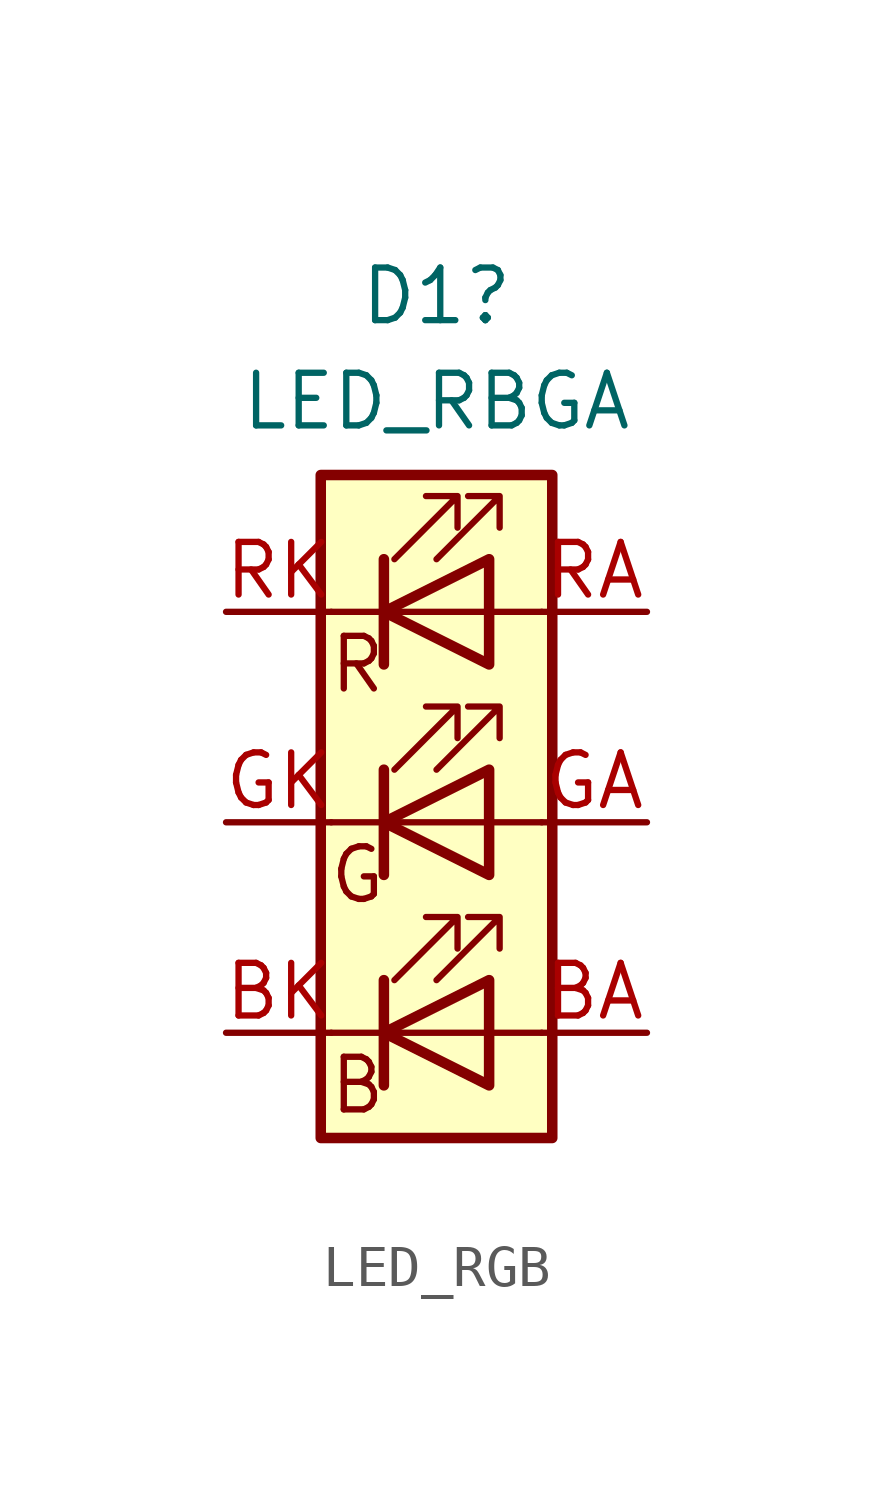
<source format=kicad_sym>
(kicad_symbol_lib
  (version 20220914)
  (generator kicad_symbol_editor)
  (symbol "LED_RGB"
    (pin_names
      (offset 0) hide)
    (property "Reference" "D1"
      (at 0 12.7 0)
      (effects (font (size 1.27 1.27))))
    (property "Value" "LED_RBGA"
      (at 0 10.16 0)
      (effects (font (size 1.27 1.27))))
    (symbol "LED_RGB_0_0"
      (text "B" (at -1.905 -6.35 0) (effects (font (size 1.27 1.27))))
      (text "G" (at -1.905 -1.27 0) (effects (font (size 1.27 1.27))))
      (text "R" (at -1.905 3.81 0) (effects (font (size 1.27 1.27)))))
    (symbol "LED_RGB_0_1"
      (polyline (pts (xy -1.27 -5.08) (xy -2.54 -5.08)) (stroke (width 0) (type default)) (fill (type none)))
      (polyline (pts (xy -1.27 -5.08) (xy 1.27 -5.08)) (stroke (width 0) (type default)) (fill (type none)))
      (polyline (pts (xy -1.27 -3.81) (xy -1.27 -6.35)) (stroke (width 0.254) (type default)) (fill (type none)))
      (polyline (pts (xy -1.27 0) (xy -2.54 0)) (stroke (width 0) (type default)) (fill (type none)))
      (polyline (pts (xy -1.27 1.27) (xy -1.27 -1.27)) (stroke (width 0.254) (type default)) (fill (type none)))
      (polyline (pts (xy -1.27 5.08) (xy -2.54 5.08)) (stroke (width 0) (type default)) (fill (type none)))
      (polyline (pts (xy -1.27 5.08) (xy 1.27 5.08)) (stroke (width 0) (type default)) (fill (type none)))
      (polyline (pts (xy -1.27 6.35) (xy -1.27 3.81)) (stroke (width 0.254) (type default)) (fill (type none)))
      (polyline (pts (xy 1.27 -5.08) (xy 2.54 -5.08)) (stroke (width 0) (type default)) (fill (type none)))
      (polyline (pts (xy 1.27 0) (xy -1.27 0)) (stroke (width 0) (type default)) (fill (type none)))
      (polyline (pts (xy 1.27 0) (xy 2.54 0)) (stroke (width 0) (type default)) (fill (type none)))
      (polyline (pts (xy 1.27 5.08) (xy 2.54 5.08)) (stroke (width 0) (type default)) (fill (type none)))
      (polyline (pts (xy -1.27 1.27) (xy -1.27 -1.27) (xy -1.27 -1.27)) (stroke (width 0) (type default)) (fill (type none)))
      (polyline (pts (xy -1.27 6.35) (xy -1.27 3.81) (xy -1.27 3.81)) (stroke (width 0) (type default)) (fill (type none)))
      (polyline (pts (xy 1.27 -3.81) (xy 1.27 -6.35) (xy -1.27 -5.08) (xy 1.27 -3.81)) (stroke (width 0.254) (type default)) (fill (type none)))
      (polyline (pts (xy 1.27 1.27) (xy 1.27 -1.27) (xy -1.27 0) (xy 1.27 1.27)) (stroke (width 0.254) (type default)) (fill (type none)))
      (polyline (pts (xy 1.27 6.35) (xy 1.27 3.81) (xy -1.27 5.08) (xy 1.27 6.35)) (stroke (width 0.254) (type default)) (fill (type none)))
      (polyline (pts (xy -1.016 -3.81) (xy 0.508 -2.286) (xy -0.254 -2.286) (xy 0.508 -2.286) (xy 0.508 -3.048)) (stroke (width 0) (type default)) (fill (type none)))
      (polyline (pts (xy -1.016 1.27) (xy 0.508 2.794) (xy -0.254 2.794) (xy 0.508 2.794) (xy 0.508 2.032)) (stroke (width 0) (type default)) (fill (type none)))
      (polyline (pts (xy -1.016 6.35) (xy 0.508 7.874) (xy -0.254 7.874) (xy 0.508 7.874) (xy 0.508 7.112)) (stroke (width 0) (type default)) (fill (type none)))
      (polyline (pts (xy 0 -3.81) (xy 1.524 -2.286) (xy 0.762 -2.286) (xy 1.524 -2.286) (xy 1.524 -3.048)) (stroke (width 0) (type default)) (fill (type none)))
      (polyline (pts (xy 0 1.27) (xy 1.524 2.794) (xy 0.762 2.794) (xy 1.524 2.794) (xy 1.524 2.032)) (stroke (width 0) (type default)) (fill (type none)))
      (polyline (pts (xy 0 6.35) (xy 1.524 7.874) (xy 0.762 7.874) (xy 1.524 7.874) (xy 1.524 7.112)) (stroke (width 0) (type default)) (fill (type none)))
      (rectangle (start 1.27 -1.27) (end 1.27 1.27) (stroke (width 0) (type default)) (fill (type none)))
      (rectangle (start 1.27 1.27) (end 1.27 1.27) (stroke (width 0) (type default)) (fill (type none)))
      (rectangle (start 1.27 3.81) (end 1.27 6.35) (stroke (width 0) (type default)) (fill (type none)))
      (rectangle (start 1.27 6.35) (end 1.27 6.35) (stroke (width 0) (type default)) (fill (type none)))
      (rectangle (start 2.794 8.382) (end -2.794 -7.62) (stroke (width 0.254) (type default)) (fill (type background))))
    (symbol "LED_RGB_1_1"
      (pin passive line (at 5.08 -5.08 180) (length 2.54) (name "" (effects (font (size 1.27 1.27)))) (number "BA" (effects (font (size 1.27 1.27)))))
      (pin passive line (at -5.08 -5.08 0) (length 2.54) (name "" (effects (font (size 1.27 1.27)))) (number "BK" (effects (font (size 1.27 1.27)))))
      (pin passive line (at 5.08 0 180) (length 2.54) (name "" (effects (font (size 1.27 1.27)))) (number "GA" (effects (font (size 1.27 1.27)))))
      (pin passive line (at -5.08 0 0) (length 2.54) (name "" (effects (font (size 1.27 1.27)))) (number "GK" (effects (font (size 1.27 1.27)))))
      (pin passive line (at 5.08 5.08 180) (length 2.54) (name "" (effects (font (size 1.27 1.27)))) (number "RA" (effects (font (size 1.27 1.27)))))
      (pin passive line (at -5.08 5.08 0) (length 2.54) (name "" (effects (font (size 1.27 1.27)))) (number "RK" (effects (font (size 1.27 1.27))))))))
</source>
